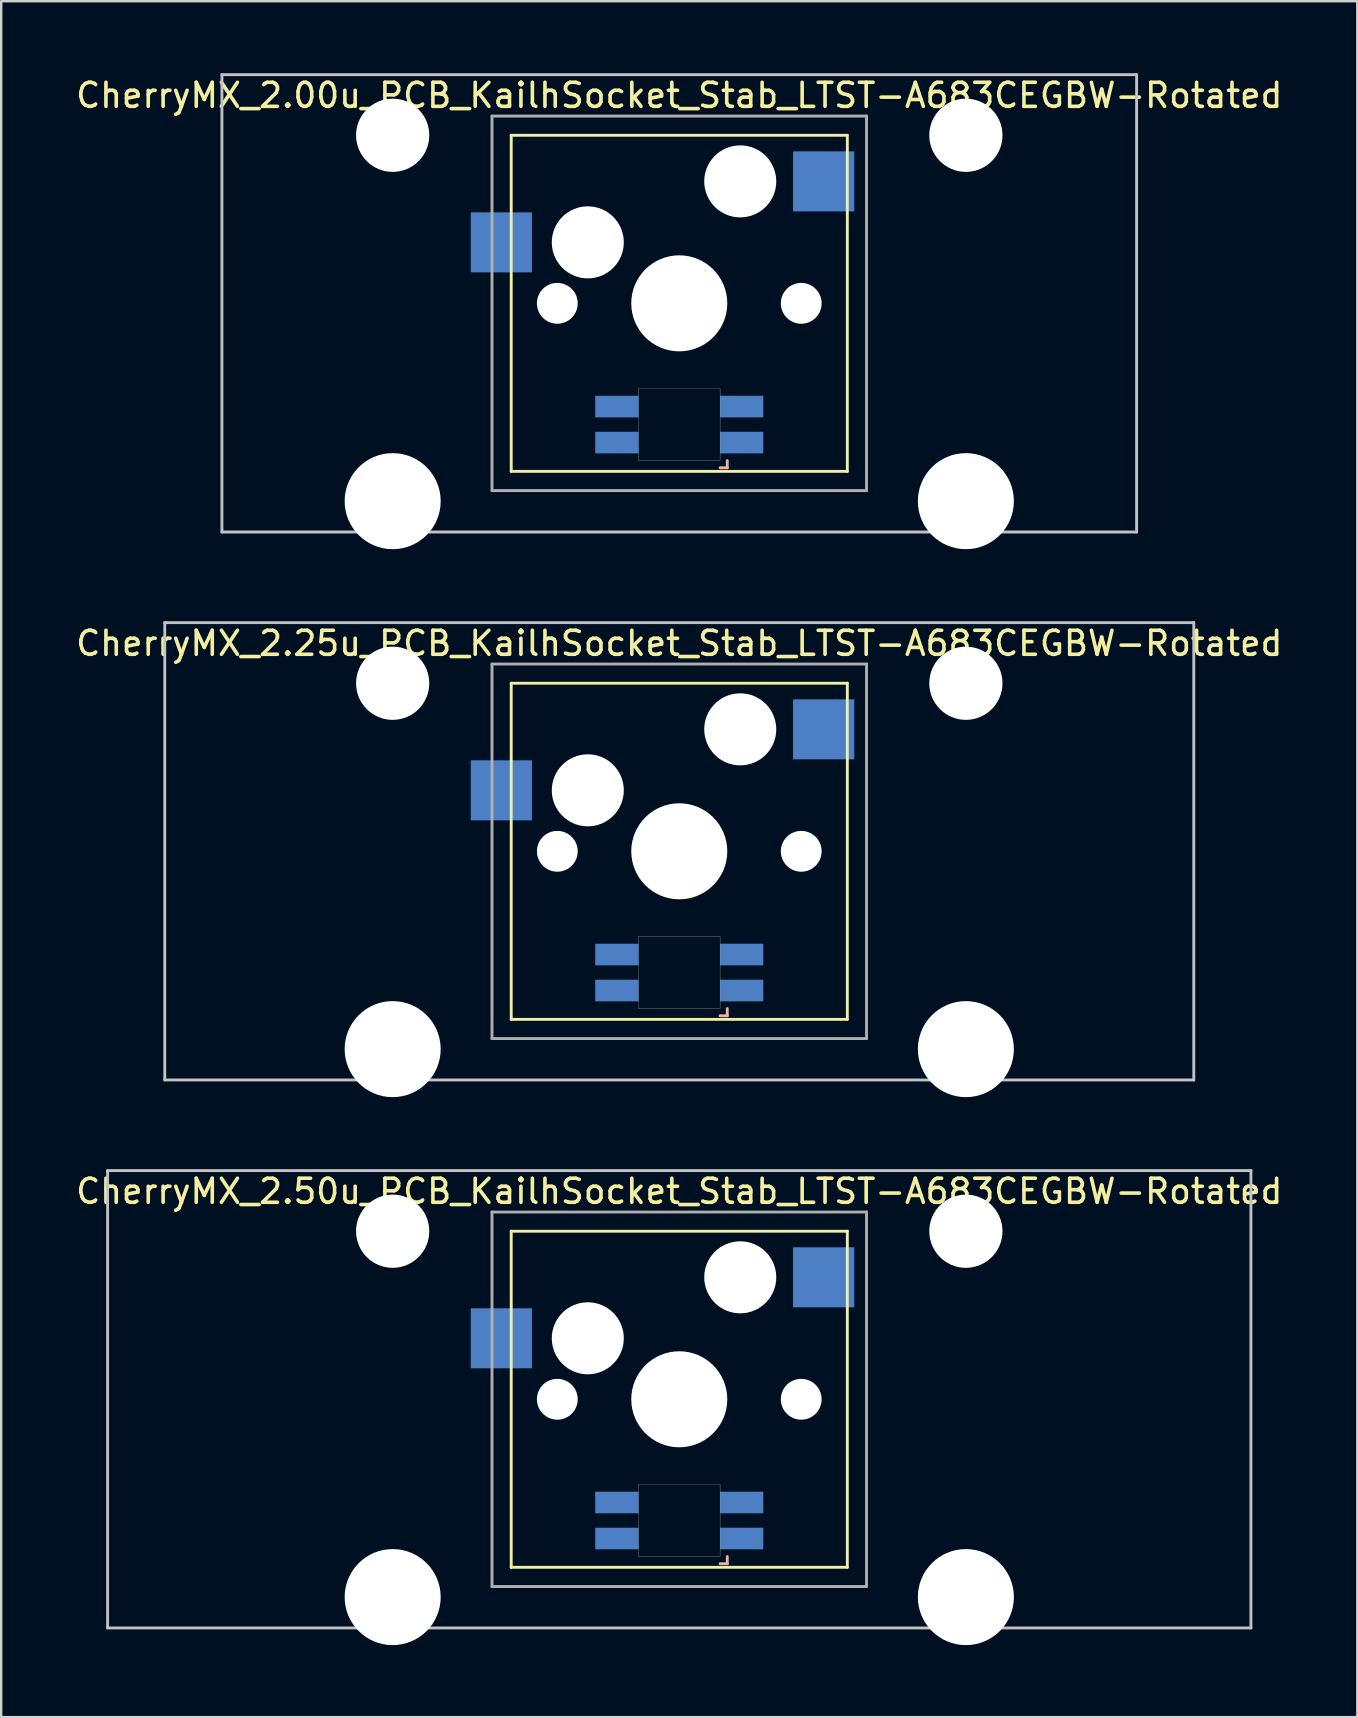
<source format=kicad_pcb>
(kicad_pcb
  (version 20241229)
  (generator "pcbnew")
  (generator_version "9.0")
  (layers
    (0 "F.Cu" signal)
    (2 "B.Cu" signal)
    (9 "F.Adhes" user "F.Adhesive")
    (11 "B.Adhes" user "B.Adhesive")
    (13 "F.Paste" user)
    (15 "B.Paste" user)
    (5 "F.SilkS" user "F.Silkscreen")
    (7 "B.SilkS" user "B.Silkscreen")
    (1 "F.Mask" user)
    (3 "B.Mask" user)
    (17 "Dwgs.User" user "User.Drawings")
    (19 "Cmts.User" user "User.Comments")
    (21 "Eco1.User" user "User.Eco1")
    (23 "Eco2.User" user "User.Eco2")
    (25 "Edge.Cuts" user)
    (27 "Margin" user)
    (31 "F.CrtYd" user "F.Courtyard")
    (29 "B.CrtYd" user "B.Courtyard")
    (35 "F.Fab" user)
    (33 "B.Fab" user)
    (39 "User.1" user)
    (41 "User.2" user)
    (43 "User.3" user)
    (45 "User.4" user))
  (footprint "CherryMX_2.50u_PCB_KailhSocket_Stab_LTST-A683CEGBW-Rotated"
    (layer "F.Cu")
    (at 25.244 55.235)
    (property "Reference" "CherryMX_2.50u_PCB_KailhSocket_Stab_LTST-A683CEGBW-Rotated" (at 0 -8.662 0) (layer "F.SilkS") (effects (font (size 1 1) (thickness 0.15))))
    (attr through_hole)
    (fp_line (start -7 -7) (end -7 7) (stroke (width 0.12) (type solid)) (layer "F.SilkS"))
    (fp_line (start -7 -7) (end 7 -7) (stroke (width 0.12) (type solid)) (layer "F.SilkS"))
    (fp_line (start 7 -7) (end 7 7) (stroke (width 0.12) (type solid)) (layer "F.SilkS"))
    (fp_line (start 7 7) (end -7 7) (stroke (width 0.12) (type solid)) (layer "F.SilkS"))
    (fp_line (start 1.7 6.85) (end 2 6.85) (stroke (width 0.12) (type solid)) (layer "B.SilkS"))
    (fp_line (start 2 6.85) (end 2 6.55) (stroke (width 0.12) (type solid)) (layer "B.SilkS"))
    (fp_line (start -23.812 -9.525) (end 23.812 -9.525) (stroke (width 0.12) (type solid)) (layer "Dwgs.User"))
    (fp_line (start -23.812 9.525) (end -23.812 -9.525) (stroke (width 0.12) (type solid)) (layer "Dwgs.User"))
    (fp_line (start 23.812 -9.525) (end 23.812 9.525) (stroke (width 0.12) (type solid)) (layer "Dwgs.User"))
    (fp_line (start 23.812 9.525) (end -23.812 9.525) (stroke (width 0.12) (type solid)) (layer "Dwgs.User"))
    (fp_poly (pts (xy -1.7 3.55) (xy 1.7 3.55) (xy 1.7 6.55) (xy -1.7 6.55)) (stroke (width 0.01) (type solid)) (fill no) (layer "Edge.Cuts"))
    (fp_line (start -7.8 -7.8) (end -7.8 7.8) (stroke (width 0.12) (type solid)) (layer "F.Fab"))
    (fp_line (start -7.8 -7.8) (end 7.8 -7.8) (stroke (width 0.12) (type solid)) (layer "F.Fab"))
    (fp_line (start -7.8 7.8) (end 7.8 7.8) (stroke (width 0.12) (type solid)) (layer "F.Fab"))
    (fp_line (start 7.8 -7.8) (end 7.8 7.8) (stroke (width 0.12) (type solid)) (layer "F.Fab"))
    (pad "" np_thru_hole circle (at -11.938 -7) (size 3.05 3.05) (drill 3.05) (layers "*.Cu" "*.Mask"))
    (pad "" np_thru_hole circle (at -11.938 8.24) (size 4 4) (drill 4) (layers "*.Cu" "*.Mask"))
    (pad "" np_thru_hole circle (at -5.08 0) (size 1.7 1.7) (drill 1.7) (layers "*.Cu" "*.Mask"))
    (pad "" np_thru_hole circle (at -3.81 -2.54) (size 3 3) (drill 3) (layers "*.Cu" "*.Mask"))
    (pad "" np_thru_hole circle (at 0 0) (size 4 4) (drill 4) (layers "*.Cu" "*.Mask"))
    (pad "" np_thru_hole circle (at 2.54 -5.08) (size 3 3) (drill 3) (layers "*.Cu" "*.Mask"))
    (pad "" np_thru_hole circle (at 5.08 0) (size 1.7 1.7) (drill 1.7) (layers "*.Cu" "*.Mask"))
    (pad "" np_thru_hole circle (at 11.938 -7) (size 3.05 3.05) (drill 3.05) (layers "*.Cu" "*.Mask"))
    (pad "" np_thru_hole circle (at 11.938 8.24) (size 4 4) (drill 4) (layers "*.Cu" "*.Mask"))
    (pad "1" smd rect (at -7.41 -2.54) (size 2.55 2.5) (layers "B.Cu" "B.Mask" "B.Paste"))
    (pad "2" smd rect (at 6.015 -5.08) (size 2.55 2.5) (layers "B.Cu" "B.Mask" "B.Paste"))
    (pad "3" smd rect (at 2.6 5.8 180) (size 1.8 0.9) (layers "B.Cu" "B.Mask" "B.Paste"))
    (pad "4" smd rect (at 2.6 4.3 180) (size 1.8 0.9) (layers "B.Cu" "B.Mask" "B.Paste"))
    (pad "5" smd rect (at -2.6 5.8 180) (size 1.8 0.9) (layers "B.Cu" "B.Mask" "B.Paste"))
    (pad "6" smd rect (at -2.6 4.3 180) (size 1.8 0.9) (layers "B.Cu" "B.Mask" "B.Paste")))
  (footprint "CherryMX_2.25u_PCB_KailhSocket_Stab_LTST-A683CEGBW-Rotated"
    (layer "F.Cu")
    (at 25.244 32.41)
    (property "Reference" "CherryMX_2.25u_PCB_KailhSocket_Stab_LTST-A683CEGBW-Rotated" (at 0 -8.662 0) (layer "F.SilkS") (effects (font (size 1 1) (thickness 0.15))))
    (attr through_hole)
    (fp_line (start -7 -7) (end -7 7) (stroke (width 0.12) (type solid)) (layer "F.SilkS"))
    (fp_line (start -7 -7) (end 7 -7) (stroke (width 0.12) (type solid)) (layer "F.SilkS"))
    (fp_line (start 7 -7) (end 7 7) (stroke (width 0.12) (type solid)) (layer "F.SilkS"))
    (fp_line (start 7 7) (end -7 7) (stroke (width 0.12) (type solid)) (layer "F.SilkS"))
    (fp_line (start 1.7 6.85) (end 2 6.85) (stroke (width 0.12) (type solid)) (layer "B.SilkS"))
    (fp_line (start 2 6.85) (end 2 6.55) (stroke (width 0.12) (type solid)) (layer "B.SilkS"))
    (fp_line (start -21.431 -9.525) (end 21.431 -9.525) (stroke (width 0.12) (type solid)) (layer "Dwgs.User"))
    (fp_line (start -21.431 9.525) (end -21.431 -9.525) (stroke (width 0.12) (type solid)) (layer "Dwgs.User"))
    (fp_line (start 21.431 -9.525) (end 21.431 9.525) (stroke (width 0.12) (type solid)) (layer "Dwgs.User"))
    (fp_line (start 21.431 9.525) (end -21.431 9.525) (stroke (width 0.12) (type solid)) (layer "Dwgs.User"))
    (fp_poly (pts (xy -1.7 3.55) (xy 1.7 3.55) (xy 1.7 6.55) (xy -1.7 6.55)) (stroke (width 0.01) (type solid)) (fill no) (layer "Edge.Cuts"))
    (fp_line (start -7.8 -7.8) (end -7.8 7.8) (stroke (width 0.12) (type solid)) (layer "F.Fab"))
    (fp_line (start -7.8 -7.8) (end 7.8 -7.8) (stroke (width 0.12) (type solid)) (layer "F.Fab"))
    (fp_line (start -7.8 7.8) (end 7.8 7.8) (stroke (width 0.12) (type solid)) (layer "F.Fab"))
    (fp_line (start 7.8 -7.8) (end 7.8 7.8) (stroke (width 0.12) (type solid)) (layer "F.Fab"))
    (pad "" np_thru_hole circle (at -11.938 -7) (size 3.05 3.05) (drill 3.05) (layers "*.Cu" "*.Mask"))
    (pad "" np_thru_hole circle (at -11.938 8.24) (size 4 4) (drill 4) (layers "*.Cu" "*.Mask"))
    (pad "" np_thru_hole circle (at -5.08 0) (size 1.7 1.7) (drill 1.7) (layers "*.Cu" "*.Mask"))
    (pad "" np_thru_hole circle (at -3.81 -2.54) (size 3 3) (drill 3) (layers "*.Cu" "*.Mask"))
    (pad "" np_thru_hole circle (at 0 0) (size 4 4) (drill 4) (layers "*.Cu" "*.Mask"))
    (pad "" np_thru_hole circle (at 2.54 -5.08) (size 3 3) (drill 3) (layers "*.Cu" "*.Mask"))
    (pad "" np_thru_hole circle (at 5.08 0) (size 1.7 1.7) (drill 1.7) (layers "*.Cu" "*.Mask"))
    (pad "" np_thru_hole circle (at 11.938 -7) (size 3.05 3.05) (drill 3.05) (layers "*.Cu" "*.Mask"))
    (pad "" np_thru_hole circle (at 11.938 8.24) (size 4 4) (drill 4) (layers "*.Cu" "*.Mask"))
    (pad "1" smd rect (at -7.41 -2.54) (size 2.55 2.5) (layers "B.Cu" "B.Mask" "B.Paste"))
    (pad "2" smd rect (at 6.015 -5.08) (size 2.55 2.5) (layers "B.Cu" "B.Mask" "B.Paste"))
    (pad "3" smd rect (at 2.6 5.8 180) (size 1.8 0.9) (layers "B.Cu" "B.Mask" "B.Paste"))
    (pad "4" smd rect (at 2.6 4.3 180) (size 1.8 0.9) (layers "B.Cu" "B.Mask" "B.Paste"))
    (pad "5" smd rect (at -2.6 5.8 180) (size 1.8 0.9) (layers "B.Cu" "B.Mask" "B.Paste"))
    (pad "6" smd rect (at -2.6 4.3 180) (size 1.8 0.9) (layers "B.Cu" "B.Mask" "B.Paste")))
  (footprint "CherryMX_2.00u_PCB_KailhSocket_Stab_LTST-A683CEGBW-Rotated"
    (layer "F.Cu")
    (at 25.244 9.585)
    (property "Reference" "CherryMX_2.00u_PCB_KailhSocket_Stab_LTST-A683CEGBW-Rotated" (at 0 -8.662 0) (layer "F.SilkS") (effects (font (size 1 1) (thickness 0.15))))
    (attr through_hole)
    (fp_line (start -7 -7) (end -7 7) (stroke (width 0.12) (type solid)) (layer "F.SilkS"))
    (fp_line (start -7 -7) (end 7 -7) (stroke (width 0.12) (type solid)) (layer "F.SilkS"))
    (fp_line (start 7 -7) (end 7 7) (stroke (width 0.12) (type solid)) (layer "F.SilkS"))
    (fp_line (start 7 7) (end -7 7) (stroke (width 0.12) (type solid)) (layer "F.SilkS"))
    (fp_line (start 1.7 6.85) (end 2 6.85) (stroke (width 0.12) (type solid)) (layer "B.SilkS"))
    (fp_line (start 2 6.85) (end 2 6.55) (stroke (width 0.12) (type solid)) (layer "B.SilkS"))
    (fp_line (start -19.05 -9.525) (end 19.05 -9.525) (stroke (width 0.12) (type solid)) (layer "Dwgs.User"))
    (fp_line (start -19.05 9.525) (end -19.05 -9.525) (stroke (width 0.12) (type solid)) (layer "Dwgs.User"))
    (fp_line (start 19.05 -9.525) (end 19.05 9.525) (stroke (width 0.12) (type solid)) (layer "Dwgs.User"))
    (fp_line (start 19.05 9.525) (end -19.05 9.525) (stroke (width 0.12) (type solid)) (layer "Dwgs.User"))
    (fp_poly (pts (xy -1.7 3.55) (xy 1.7 3.55) (xy 1.7 6.55) (xy -1.7 6.55)) (stroke (width 0.01) (type solid)) (fill no) (layer "Edge.Cuts"))
    (fp_line (start -7.8 -7.8) (end -7.8 7.8) (stroke (width 0.12) (type solid)) (layer "F.Fab"))
    (fp_line (start -7.8 -7.8) (end 7.8 -7.8) (stroke (width 0.12) (type solid)) (layer "F.Fab"))
    (fp_line (start -7.8 7.8) (end 7.8 7.8) (stroke (width 0.12) (type solid)) (layer "F.Fab"))
    (fp_line (start 7.8 -7.8) (end 7.8 7.8) (stroke (width 0.12) (type solid)) (layer "F.Fab"))
    (pad "" np_thru_hole circle (at -11.938 -7) (size 3.05 3.05) (drill 3.05) (layers "*.Cu" "*.Mask"))
    (pad "" np_thru_hole circle (at -11.938 8.24) (size 4 4) (drill 4) (layers "*.Cu" "*.Mask"))
    (pad "" np_thru_hole circle (at -5.08 0) (size 1.7 1.7) (drill 1.7) (layers "*.Cu" "*.Mask"))
    (pad "" np_thru_hole circle (at -3.81 -2.54) (size 3 3) (drill 3) (layers "*.Cu" "*.Mask"))
    (pad "" np_thru_hole circle (at 0 0) (size 4 4) (drill 4) (layers "*.Cu" "*.Mask"))
    (pad "" np_thru_hole circle (at 2.54 -5.08) (size 3 3) (drill 3) (layers "*.Cu" "*.Mask"))
    (pad "" np_thru_hole circle (at 5.08 0) (size 1.7 1.7) (drill 1.7) (layers "*.Cu" "*.Mask"))
    (pad "" np_thru_hole circle (at 11.938 -7) (size 3.05 3.05) (drill 3.05) (layers "*.Cu" "*.Mask"))
    (pad "" np_thru_hole circle (at 11.938 8.24) (size 4 4) (drill 4) (layers "*.Cu" "*.Mask"))
    (pad "1" smd rect (at -7.41 -2.54) (size 2.55 2.5) (layers "B.Cu" "B.Mask" "B.Paste"))
    (pad "2" smd rect (at 6.015 -5.08) (size 2.55 2.5) (layers "B.Cu" "B.Mask" "B.Paste"))
    (pad "3" smd rect (at 2.6 5.8 180) (size 1.8 0.9) (layers "B.Cu" "B.Mask" "B.Paste"))
    (pad "4" smd rect (at 2.6 4.3 180) (size 1.8 0.9) (layers "B.Cu" "B.Mask" "B.Paste"))
    (pad "5" smd rect (at -2.6 5.8 180) (size 1.8 0.9) (layers "B.Cu" "B.Mask" "B.Paste"))
    (pad "6" smd rect (at -2.6 4.3 180) (size 1.8 0.9) (layers "B.Cu" "B.Mask" "B.Paste")))
  (gr_rect
    (start -3 -3)
    (end 53.488 68.475)
    (stroke (width 0.1) (type default))
    (fill no)
    (layer "Edge.Cuts")))
</source>
